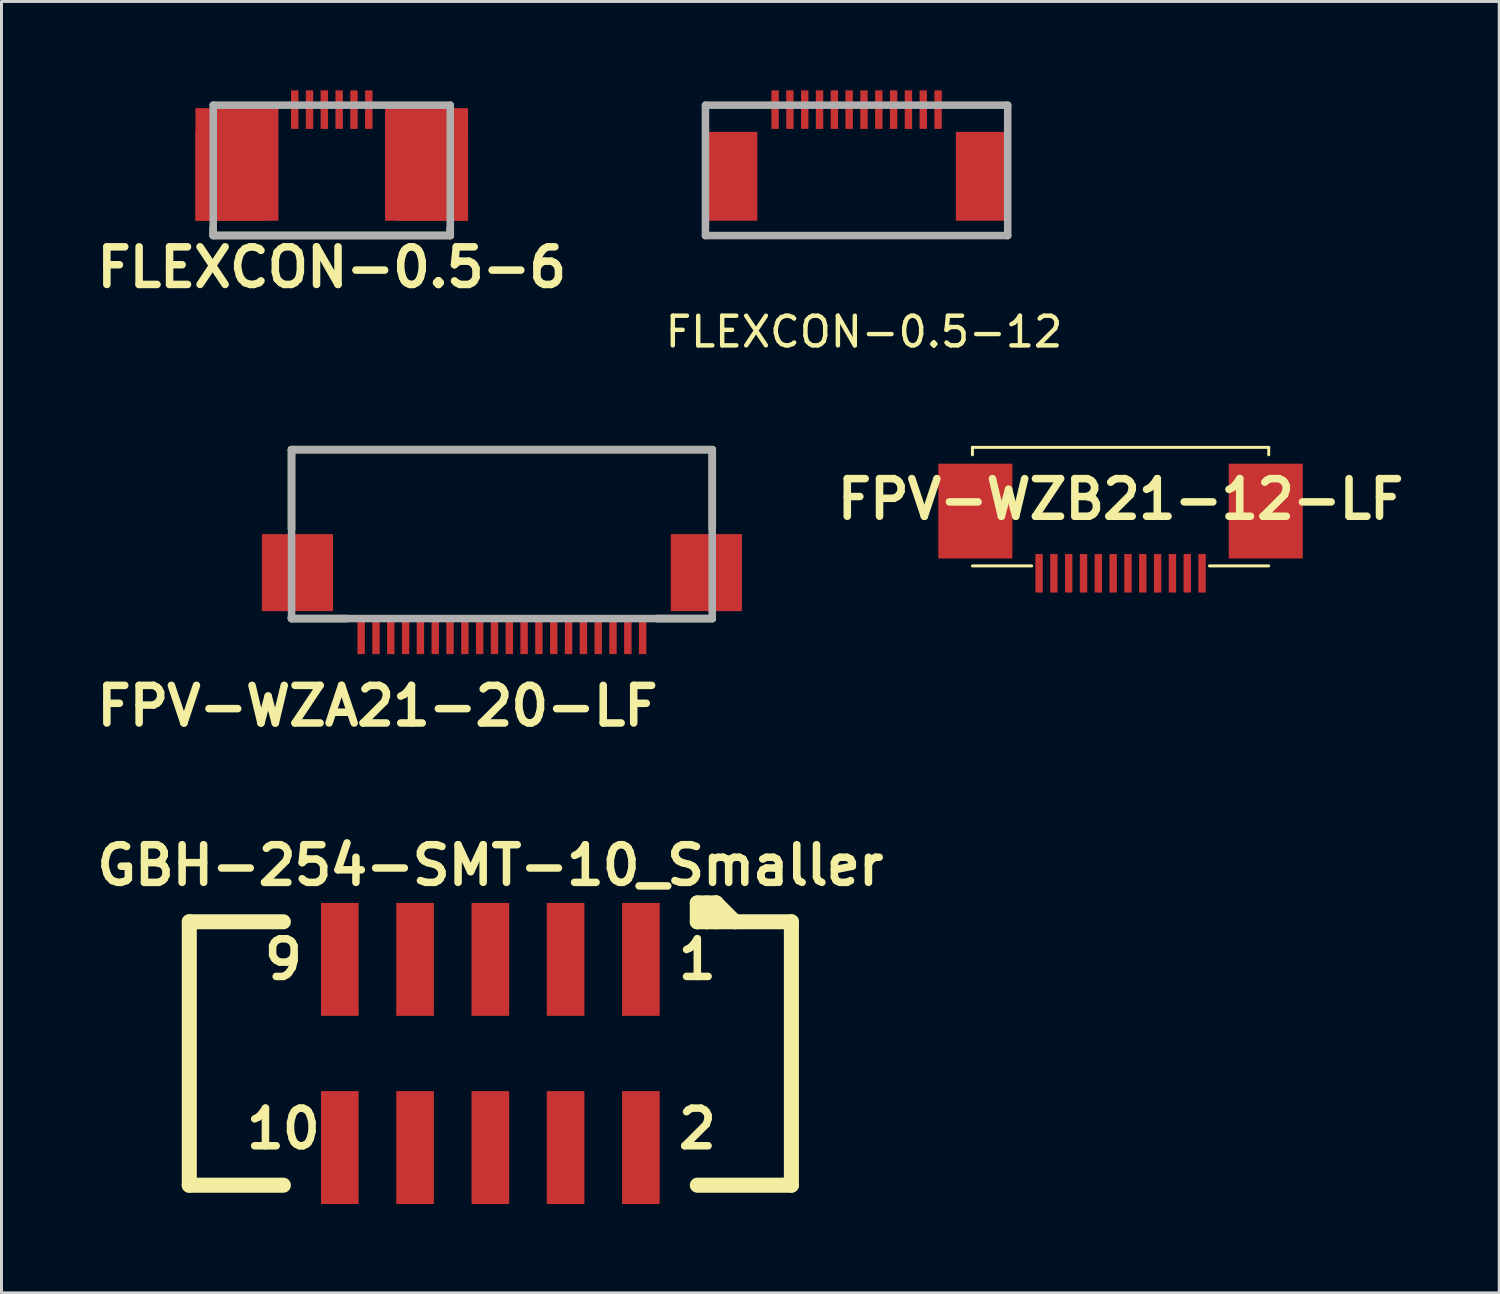
<source format=kicad_pcb>
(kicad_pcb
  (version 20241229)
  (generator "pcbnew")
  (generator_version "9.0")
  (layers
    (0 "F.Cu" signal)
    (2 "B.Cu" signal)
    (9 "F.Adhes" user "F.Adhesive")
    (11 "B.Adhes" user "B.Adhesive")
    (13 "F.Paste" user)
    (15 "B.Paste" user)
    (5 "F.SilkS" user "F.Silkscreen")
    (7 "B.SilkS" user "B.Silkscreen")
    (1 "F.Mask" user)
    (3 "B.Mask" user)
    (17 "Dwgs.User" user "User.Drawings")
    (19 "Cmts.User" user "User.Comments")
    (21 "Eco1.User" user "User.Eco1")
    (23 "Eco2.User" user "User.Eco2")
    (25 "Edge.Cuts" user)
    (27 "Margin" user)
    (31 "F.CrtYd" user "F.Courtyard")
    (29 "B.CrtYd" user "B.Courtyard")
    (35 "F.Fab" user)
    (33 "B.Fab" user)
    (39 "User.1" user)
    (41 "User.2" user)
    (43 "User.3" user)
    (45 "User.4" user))
  (footprint "GBH-254-SMT-10_Smaller"
    (layer "F.Cu")
    (at 13.498 32.503)
    (property "Reference" "GBH-254-SMT-10_Smaller" (at 0 -6.35 0) (layer "F.SilkS") (effects (font (size 1.27 1.27) (thickness 0.254))))
    (attr smd)
    (fp_line (start -10.16 -4.445) (end -10.16 4.445) (stroke (width 0.508) (type solid)) (layer "F.SilkS"))
    (fp_line (start -10.16 -4.445) (end -6.985 -4.445) (stroke (width 0.508) (type solid)) (layer "F.SilkS"))
    (fp_line (start -10.16 4.445) (end -6.985 4.445) (stroke (width 0.508) (type solid)) (layer "F.SilkS"))
    (fp_line (start 6.985 -5.08) (end 6.985 -4.445) (stroke (width 0.508) (type solid)) (layer "F.SilkS"))
    (fp_line (start 6.985 4.445) (end 10.16 4.445) (stroke (width 0.508) (type solid)) (layer "F.SilkS"))
    (fp_line (start 7.303 -5.08) (end 7.303 -4.445) (stroke (width 0.508) (type solid)) (layer "F.SilkS"))
    (fp_line (start 7.62 -5.08) (end 6.985 -5.08) (stroke (width 0.508) (type solid)) (layer "F.SilkS"))
    (fp_line (start 7.62 -5.08) (end 7.62 -4.445) (stroke (width 0.508) (type solid)) (layer "F.SilkS"))
    (fp_line (start 7.62 -5.08) (end 8.255 -4.445) (stroke (width 0.508) (type solid)) (layer "F.SilkS"))
    (fp_line (start 10.16 -4.445) (end 6.985 -4.445) (stroke (width 0.508) (type solid)) (layer "F.SilkS"))
    (fp_line (start 10.16 -4.445) (end 10.16 4.445) (stroke (width 0.508) (type solid)) (layer "F.SilkS"))
    (fp_text user "9" (at -6.985 -3.175 0) (layer "F.SilkS") (effects (font (size 1.27 1.27) (thickness 0.254))))
    (fp_text user "2" (at 6.985 2.54 0) (layer "F.SilkS") (effects (font (size 1.27 1.27) (thickness 0.254))))
    (fp_text user "1" (at 6.985 -3.175 0) (layer "F.SilkS") (effects (font (size 1.27 1.27) (thickness 0.254))))
    (fp_text user "10" (at -6.985 2.54 0) (layer "F.SilkS") (effects (font (size 1.27 1.27) (thickness 0.254))))
    (pad "1" smd rect (at 5.08 -3.175) (size 1.27 3.81) (layers "F.Cu" "F.Mask" "F.Paste"))
    (pad "2" smd rect (at 5.08 3.175) (size 1.27 3.81) (layers "F.Cu" "F.Mask" "F.Paste"))
    (pad "3" smd rect (at 2.54 -3.175) (size 1.27 3.81) (layers "F.Cu" "F.Mask" "F.Paste"))
    (pad "4" smd rect (at 2.54 3.175) (size 1.27 3.81) (layers "F.Cu" "F.Mask" "F.Paste"))
    (pad "5" smd rect (at 0 -3.175) (size 1.27 3.81) (layers "F.Cu" "F.Mask" "F.Paste"))
    (pad "6" smd rect (at 0 3.175) (size 1.27 3.81) (layers "F.Cu" "F.Mask" "F.Paste"))
    (pad "7" smd rect (at -2.54 -3.175) (size 1.27 3.81) (layers "F.Cu" "F.Mask" "F.Paste"))
    (pad "8" smd rect (at -2.54 3.175) (size 1.27 3.81) (layers "F.Cu" "F.Mask" "F.Paste"))
    (pad "9" smd rect (at -5.08 -3.175) (size 1.27 3.81) (layers "F.Cu" "F.Mask" "F.Paste"))
    (pad "10" smd rect (at -5.08 3.175) (size 1.27 3.81) (layers "F.Cu" "F.Mask" "F.Paste")))
  (footprint "FLEXCON-0.5-12"
    (layer "F.Cu")
    (at 25.858 4.9)
    (property "Reference" "FLEXCON-0.5-12" (at 0.25 3.25 180) (layer "F.SilkS") (effects (font (size 1 1) (thickness 0.15))))
    (attr through_hole)
    (fp_line (start -5.1 -4.4) (end -5.1 0) (stroke (width 0.254) (type solid)) (layer "F.Fab"))
    (fp_line (start -5.1 0) (end 5.1 0) (stroke (width 0.254) (type solid)) (layer "F.Fab"))
    (fp_line (start 5.1 -4.4) (end -5.1 -4.4) (stroke (width 0.254) (type solid)) (layer "F.Fab"))
    (fp_line (start 5.1 0) (end 5.1 -4.4) (stroke (width 0.254) (type solid)) (layer "F.Fab"))
    (pad "0" smd rect (at -4.25 -2) (size 1.8 3) (layers "F.Cu" "F.Mask" "F.Paste"))
    (pad "0" smd rect (at 4.25 -2) (size 1.8 3) (layers "F.Cu" "F.Mask" "F.Paste"))
    (pad "1" smd rect (at -2.75 -4.25) (size 0.25 1.3) (layers "F.Cu" "F.Mask" "F.Paste"))
    (pad "2" smd rect (at -2.25 -4.25) (size 0.25 1.3) (layers "F.Cu" "F.Mask" "F.Paste"))
    (pad "3" smd rect (at -1.75 -4.25) (size 0.25 1.3) (layers "F.Cu" "F.Mask" "F.Paste"))
    (pad "4" smd rect (at -1.25 -4.25) (size 0.25 1.3) (layers "F.Cu" "F.Mask" "F.Paste"))
    (pad "5" smd rect (at -0.75 -4.25) (size 0.25 1.3) (layers "F.Cu" "F.Mask" "F.Paste"))
    (pad "6" smd rect (at -0.25 -4.25) (size 0.25 1.3) (layers "F.Cu" "F.Mask" "F.Paste"))
    (pad "7" smd rect (at 0.25 -4.25) (size 0.25 1.3) (layers "F.Cu" "F.Mask" "F.Paste"))
    (pad "8" smd rect (at 0.75 -4.25) (size 0.25 1.3) (layers "F.Cu" "F.Mask" "F.Paste"))
    (pad "9" smd rect (at 1.25 -4.25) (size 0.25 1.3) (layers "F.Cu" "F.Mask" "F.Paste"))
    (pad "10" smd rect (at 1.75 -4.25) (size 0.25 1.3) (layers "F.Cu" "F.Mask" "F.Paste"))
    (pad "11" smd rect (at 2.25 -4.25) (size 0.25 1.3) (layers "F.Cu" "F.Mask" "F.Paste"))
    (pad "12" smd rect (at 2.75 -4.25) (size 0.25 1.3) (layers "F.Cu" "F.Mask" "F.Paste")))
  (footprint "FPV-WZB21-12-LF"
    (layer "F.Cu")
    (at 34.767 14.548)
    (property "Reference" "FPV-WZB21-12-LF" (at 0 -0.75 0) (layer "F.SilkS") (effects (font (size 1.27 1.27) (thickness 0.254))))
    (attr smd)
    (fp_line (start -5 -2.5) (end -5 -2.25) (stroke (width 0.1) (type solid)) (layer "F.SilkS"))
    (fp_line (start -5 1.5) (end -3 1.5) (stroke (width 0.1) (type solid)) (layer "F.SilkS"))
    (fp_line (start 3 1.5) (end 5 1.5) (stroke (width 0.1) (type solid)) (layer "F.SilkS"))
    (fp_line (start 5 -2.5) (end -5 -2.5) (stroke (width 0.1) (type solid)) (layer "F.SilkS"))
    (fp_line (start 5 -2.25) (end 5 -2.5) (stroke (width 0.1) (type solid)) (layer "F.SilkS"))
    (pad "0" smd rect (at -4.9 -0.35 180) (size 2.5 3.2) (layers "F.Cu" "F.Mask" "F.Paste"))
    (pad "0" smd rect (at 4.9 -0.35 180) (size 2.5 3.2) (layers "F.Cu" "F.Mask" "F.Paste"))
    (pad "1" smd rect (at -2.75 1.75 180) (size 0.25 1.3) (layers "F.Cu" "F.Mask" "F.Paste"))
    (pad "2" smd rect (at -2.25 1.75 180) (size 0.25 1.3) (layers "F.Cu" "F.Mask" "F.Paste"))
    (pad "3" smd rect (at -1.75 1.75 180) (size 0.25 1.3) (layers "F.Cu" "F.Mask" "F.Paste"))
    (pad "4" smd rect (at -1.25 1.75 180) (size 0.25 1.3) (layers "F.Cu" "F.Mask" "F.Paste"))
    (pad "5" smd rect (at -0.75 1.75 180) (size 0.25 1.3) (layers "F.Cu" "F.Mask" "F.Paste"))
    (pad "6" smd rect (at -0.25 1.75 180) (size 0.25 1.3) (layers "F.Cu" "F.Mask" "F.Paste"))
    (pad "7" smd rect (at 0.25 1.75 180) (size 0.25 1.3) (layers "F.Cu" "F.Mask" "F.Paste"))
    (pad "8" smd rect (at 0.75 1.75 180) (size 0.25 1.3) (layers "F.Cu" "F.Mask" "F.Paste"))
    (pad "9" smd rect (at 1.25 1.75 180) (size 0.25 1.3) (layers "F.Cu" "F.Mask" "F.Paste"))
    (pad "10" smd rect (at 1.75 1.75 180) (size 0.25 1.3) (layers "F.Cu" "F.Mask" "F.Paste"))
    (pad "11" smd rect (at 2.25 1.75 180) (size 0.25 1.3) (layers "F.Cu" "F.Mask" "F.Paste"))
    (pad "12" smd rect (at 2.75 1.75 180) (size 0.25 1.3) (layers "F.Cu" "F.Mask" "F.Paste")))
  (footprint "FLEXCON-0.5-6"
    (layer "F.Cu")
    (at 8.146 2.8)
    (property "Reference" "FLEXCON-0.5-6" (at 0 3.175 180) (layer "F.SilkS") (effects (font (size 1.27 1.27) (thickness 0.254))))
    (attr through_hole)
    (fp_line (start -4 2.095) (end -4 1.841) (stroke (width 0.254) (type solid)) (layer "F.SilkS"))
    (fp_line (start -4 2.095) (end 4 2.095) (stroke (width 0.254) (type solid)) (layer "F.SilkS"))
    (fp_line (start 4 2.095) (end 4 1.841) (stroke (width 0.254) (type solid)) (layer "F.SilkS"))
    (fp_line (start -4 -2.3) (end -4 2.1) (stroke (width 0.254) (type solid)) (layer "F.Fab"))
    (fp_line (start -4 2.1) (end 4 2.1) (stroke (width 0.254) (type solid)) (layer "F.Fab"))
    (fp_line (start 4 -2.3) (end -4 -2.3) (stroke (width 0.254) (type solid)) (layer "F.Fab"))
    (fp_line (start 4 2.1) (end 4 -2.3) (stroke (width 0.254) (type solid)) (layer "F.Fab"))
    (pad "0" smd rect (at -3.4 0.1) (size 2.4 3) (layers "F.Cu" "F.Mask" "F.Paste"))
    (pad "0" smd rect (at -3.2 -0.3) (size 2.8 3.8) (layers "F.Cu"))
    (pad "0" smd rect (at 3.2 -0.3) (size 2.8 3.8) (layers "F.Cu"))
    (pad "0" smd rect (at 3.4 0.1) (size 2.4 3) (layers "F.Cu" "F.Mask" "F.Paste"))
    (pad "1" smd rect (at -1.25 -2.15) (size 0.25 1.3) (layers "F.Cu" "F.Mask" "F.Paste"))
    (pad "2" smd rect (at -0.75 -2.15) (size 0.25 1.3) (layers "F.Cu" "F.Mask" "F.Paste"))
    (pad "3" smd rect (at -0.25 -2.15) (size 0.25 1.3) (layers "F.Cu" "F.Mask" "F.Paste"))
    (pad "4" smd rect (at 0.25 -2.15) (size 0.25 1.3) (layers "F.Cu" "F.Mask" "F.Paste"))
    (pad "5" smd rect (at 0.75 -2.15) (size 0.25 1.3) (layers "F.Cu" "F.Mask" "F.Paste"))
    (pad "6" smd rect (at 1.25 -2.15) (size 0.25 1.3) (layers "F.Cu" "F.Mask" "F.Paste")))
  (footprint "FPV-WZA21-20-LF"
    (layer "F.Cu")
    (at 13.888 15.625)
    (property "Reference" "FPV-WZA21-20-LF" (at -4.2 5.15 0) (layer "F.SilkS") (effects (font (size 1.27 1.27) (thickness 0.254))))
    (attr smd)
    (fp_line (start -7.1 -3.5) (end 7.1 -3.5) (stroke (width 0.254) (type solid)) (layer "F.SilkS"))
    (fp_line (start -7.1 -0.84) (end -7.1 -3.5) (stroke (width 0.254) (type solid)) (layer "F.SilkS"))
    (fp_line (start -7.1 2.2) (end -7.1 2.16) (stroke (width 0.254) (type solid)) (layer "F.SilkS"))
    (fp_line (start -5.25 2.2) (end -7.1 2.2) (stroke (width 0.254) (type solid)) (layer "F.SilkS"))
    (fp_line (start 7.1 -3.5) (end 7.1 -0.84) (stroke (width 0.254) (type solid)) (layer "F.SilkS"))
    (fp_line (start 7.1 2.16) (end 7.1 2.2) (stroke (width 0.254) (type solid)) (layer "F.SilkS"))
    (fp_line (start 7.1 2.2) (end 5.25 2.2) (stroke (width 0.254) (type solid)) (layer "F.SilkS"))
    (fp_line (start -7.1 -3.5) (end -7.1 -0.85) (stroke (width 0.254) (type solid)) (layer "F.Fab"))
    (fp_line (start -7.1 2.15) (end -7.1 2.2) (stroke (width 0.254) (type solid)) (layer "F.Fab"))
    (fp_line (start -7.1 2.2) (end -5.25 2.2) (stroke (width 0.254) (type solid)) (layer "F.Fab"))
    (fp_line (start -7.098 2.159) (end -7.098 -0.838) (stroke (width 0.254) (type solid)) (layer "F.Fab"))
    (fp_line (start 5.249 2.2) (end -5.249 2.2) (stroke (width 0.254) (type solid)) (layer "F.Fab"))
    (fp_line (start 7.098 -0.838) (end 7.098 2.159) (stroke (width 0.254) (type solid)) (layer "F.Fab"))
    (fp_line (start 7.1 -3.5) (end -7.1 -3.5) (stroke (width 0.254) (type solid)) (layer "F.Fab"))
    (fp_line (start 7.1 -0.85) (end 7.1 -3.5) (stroke (width 0.254) (type solid)) (layer "F.Fab"))
    (fp_line (start 7.1 2.15) (end 7.1 2.2) (stroke (width 0.254) (type solid)) (layer "F.Fab"))
    (fp_line (start 7.1 2.2) (end 5.25 2.2) (stroke (width 0.254) (type solid)) (layer "F.Fab"))
    (pad "1" smd rect (at -4.75 2.75 180) (size 0.25 1.3) (layers "F.Cu" "F.Mask" "F.Paste"))
    (pad "2" smd rect (at -4.25 2.75 180) (size 0.25 1.3) (layers "F.Cu" "F.Mask" "F.Paste"))
    (pad "3" smd rect (at -3.75 2.75 180) (size 0.25 1.3) (layers "F.Cu" "F.Mask" "F.Paste"))
    (pad "4" smd rect (at -3.25 2.75 180) (size 0.25 1.3) (layers "F.Cu" "F.Mask" "F.Paste"))
    (pad "5" smd rect (at -2.75 2.75 180) (size 0.25 1.3) (layers "F.Cu" "F.Mask" "F.Paste"))
    (pad "6" smd rect (at -2.25 2.75 180) (size 0.25 1.3) (layers "F.Cu" "F.Mask" "F.Paste"))
    (pad "7" smd rect (at -1.75 2.75 180) (size 0.25 1.3) (layers "F.Cu" "F.Mask" "F.Paste"))
    (pad "8" smd rect (at -1.25 2.75 180) (size 0.25 1.3) (layers "F.Cu" "F.Mask" "F.Paste"))
    (pad "9" smd rect (at -0.75 2.75 180) (size 0.25 1.3) (layers "F.Cu" "F.Mask" "F.Paste"))
    (pad "10" smd rect (at -0.25 2.75 180) (size 0.25 1.3) (layers "F.Cu" "F.Mask" "F.Paste"))
    (pad "11" smd rect (at 0.25 2.75 180) (size 0.25 1.3) (layers "F.Cu" "F.Mask" "F.Paste"))
    (pad "12" smd rect (at 0.75 2.75 180) (size 0.25 1.3) (layers "F.Cu" "F.Mask" "F.Paste"))
    (pad "13" smd rect (at 1.25 2.75 180) (size 0.25 1.3) (layers "F.Cu" "F.Mask" "F.Paste"))
    (pad "14" smd rect (at 1.75 2.75 180) (size 0.25 1.3) (layers "F.Cu" "F.Mask" "F.Paste"))
    (pad "15" smd rect (at 2.25 2.75 180) (size 0.25 1.3) (layers "F.Cu" "F.Mask" "F.Paste"))
    (pad "16" smd rect (at 2.75 2.75 180) (size 0.25 1.3) (layers "F.Cu" "F.Mask" "F.Paste"))
    (pad "17" smd rect (at 3.25 2.75 180) (size 0.25 1.3) (layers "F.Cu" "F.Mask" "F.Paste"))
    (pad "18" smd rect (at 3.75 2.75 180) (size 0.25 1.3) (layers "F.Cu" "F.Mask" "F.Paste"))
    (pad "19" smd rect (at 4.25 2.75 180) (size 0.25 1.3) (layers "F.Cu" "F.Mask" "F.Paste"))
    (pad "20" smd rect (at 4.75 2.75 180) (size 0.25 1.3) (layers "F.Cu" "F.Mask" "F.Paste"))
    (pad "P1" smd rect (at -6.9 0.65 180) (size 2.4 2.6) (layers "F.Cu" "F.Mask" "F.Paste"))
    (pad "P2" smd rect (at 6.9 0.65 180) (size 2.4 2.6) (layers "F.Cu" "F.Mask" "F.Paste")))
  (gr_rect
    (start -3 -3)
    (end 47.546 40.583)
    (stroke (width 0.1) (type default))
    (fill no)
    (layer "Edge.Cuts")))
</source>
